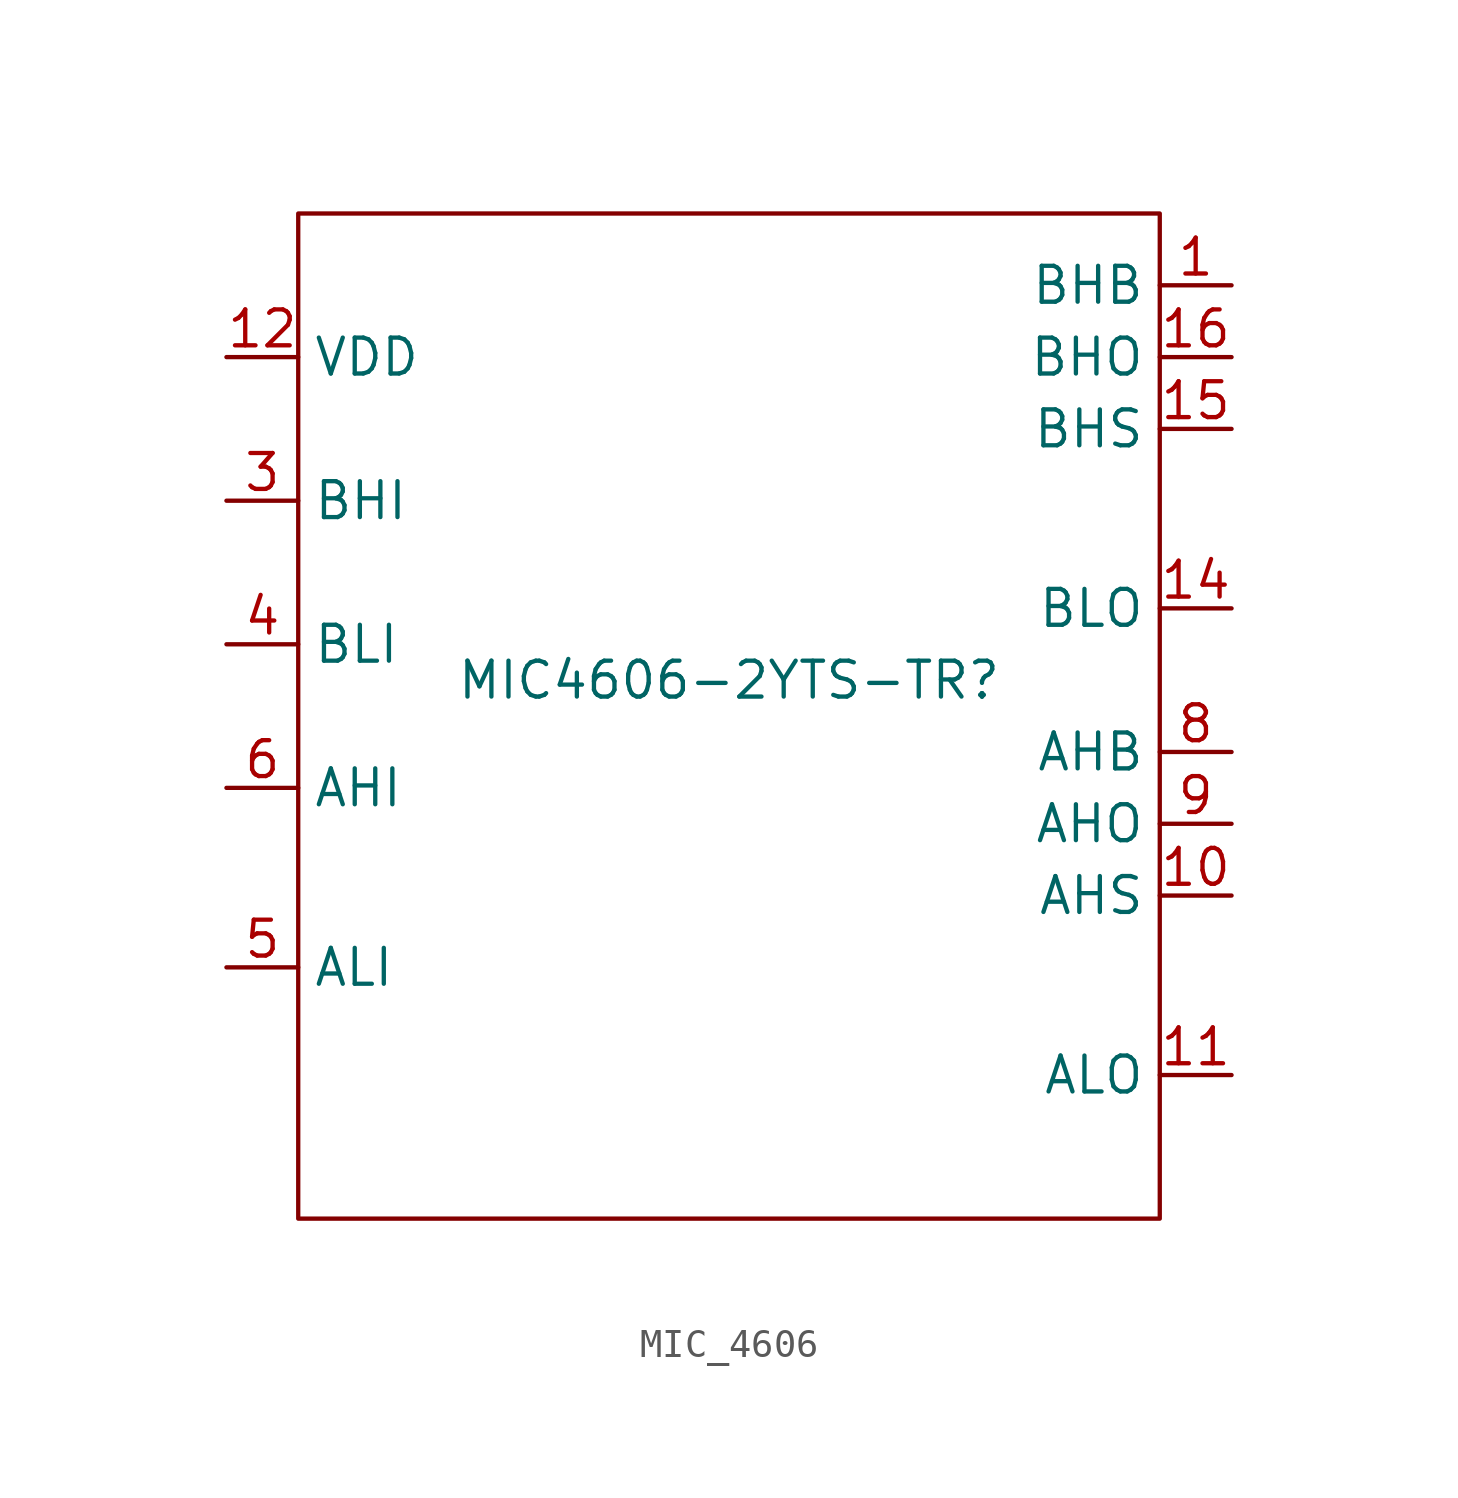
<source format=kicad_sym>
(kicad_symbol_lib
  (version 20231120)
  (generator "kicad_symbol_editor")
  (generator_version "8.0")
  (symbol "MIC_4606"
    (property "Reference" "MIC4606-2YTS-TR"
      (at 0 0 0)
      (effects (font (size 1.27 1.27))))
    (property "Value" ""
      (at 0 0 0)
      (effects (font (size 1.27 1.27))))
    (symbol "MIC_4606_0_1"
      (rectangle (start -15.24 16.51) (end 15.24 -19.05) (stroke (width 0) (type default)) (fill (type none))))
    (symbol "MIC_4606_1_1"
      (pin power_out line (at 17.78 13.97 180) (length 2.54) (name "BHB" (effects (font (size 1.27 1.27)))) (number "1" (effects (font (size 1.27 1.27)))))
      (pin power_out line (at 17.78 -7.62 180) (length 2.54) (name "AHS" (effects (font (size 1.27 1.27)))) (number "10" (effects (font (size 1.27 1.27)))))
      (pin power_out line (at 17.78 -13.97 180) (length 2.54) (name "ALO" (effects (font (size 1.27 1.27)))) (number "11" (effects (font (size 1.27 1.27)))))
      (pin power_in line (at -17.78 11.43 0) (length 2.54) (name "VDD" (effects (font (size 1.27 1.27)))) (number "12" (effects (font (size 1.27 1.27)))))
      (pin power_out line (at 17.78 2.54 180) (length 2.54) (name "BLO" (effects (font (size 1.27 1.27)))) (number "14" (effects (font (size 1.27 1.27)))))
      (pin power_out line (at 17.78 8.89 180) (length 2.54) (name "BHS" (effects (font (size 1.27 1.27)))) (number "15" (effects (font (size 1.27 1.27)))))
      (pin power_out line (at 17.78 11.43 180) (length 2.54) (name "BHO" (effects (font (size 1.27 1.27)))) (number "16" (effects (font (size 1.27 1.27)))))
      (pin input line (at -17.78 6.35 0) (length 2.54) (name "BHI" (effects (font (size 1.27 1.27)))) (number "3" (effects (font (size 1.27 1.27)))))
      (pin input line (at -17.78 1.27 0) (length 2.54) (name "BLI" (effects (font (size 1.27 1.27)))) (number "4" (effects (font (size 1.27 1.27)))))
      (pin input line (at -17.78 -10.16 0) (length 2.54) (name "ALI" (effects (font (size 1.27 1.27)))) (number "5" (effects (font (size 1.27 1.27)))))
      (pin input line (at -17.78 -3.81 0) (length 2.54) (name "AHI" (effects (font (size 1.27 1.27)))) (number "6" (effects (font (size 1.27 1.27)))))
      (pin power_out line (at 17.78 -2.54 180) (length 2.54) (name "AHB" (effects (font (size 1.27 1.27)))) (number "8" (effects (font (size 1.27 1.27)))))
      (pin power_out line (at 17.78 -5.08 180) (length 2.54) (name "AHO" (effects (font (size 1.27 1.27)))) (number "9" (effects (font (size 1.27 1.27))))))))
</source>
